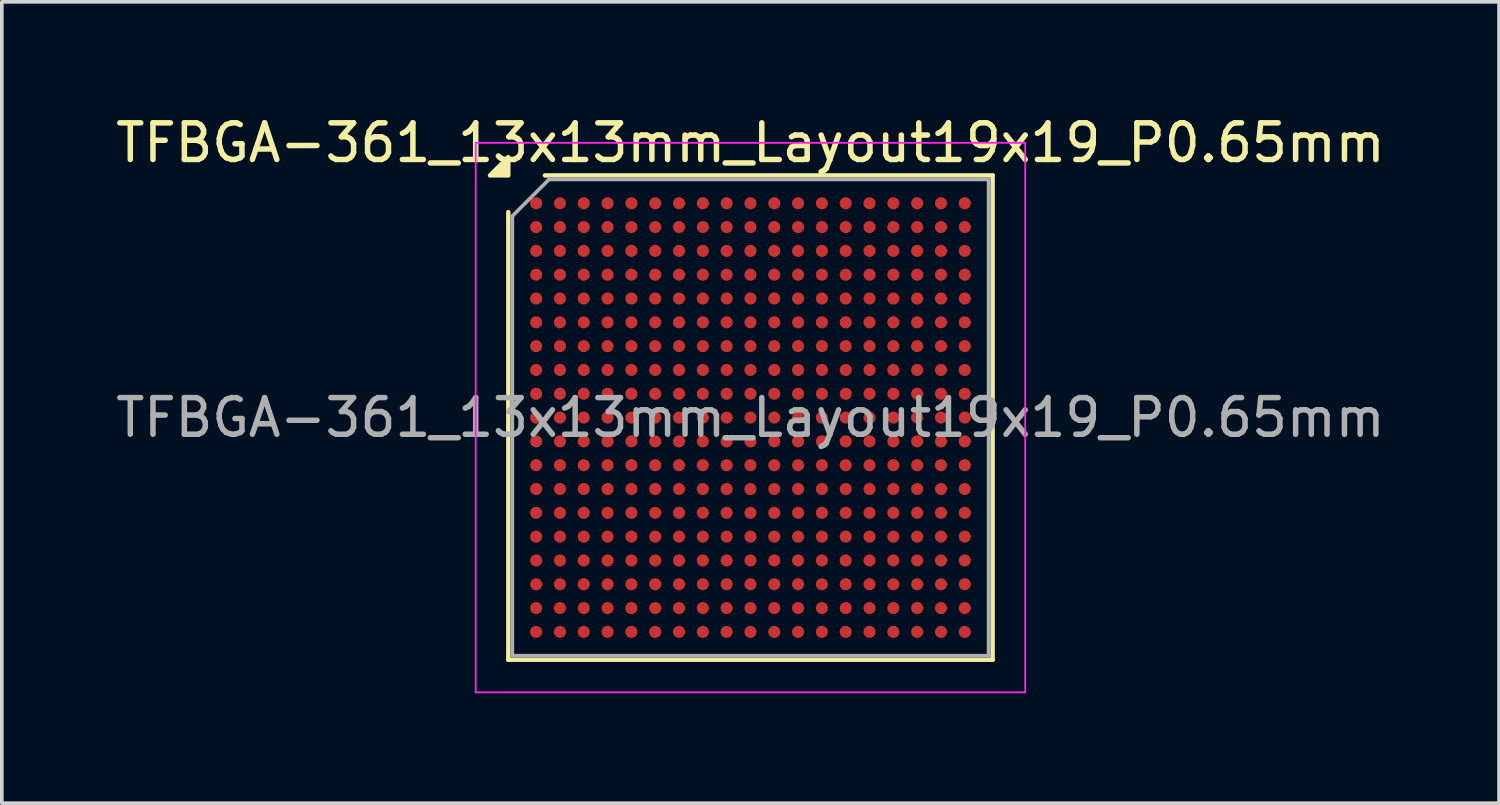
<source format=kicad_pcb>
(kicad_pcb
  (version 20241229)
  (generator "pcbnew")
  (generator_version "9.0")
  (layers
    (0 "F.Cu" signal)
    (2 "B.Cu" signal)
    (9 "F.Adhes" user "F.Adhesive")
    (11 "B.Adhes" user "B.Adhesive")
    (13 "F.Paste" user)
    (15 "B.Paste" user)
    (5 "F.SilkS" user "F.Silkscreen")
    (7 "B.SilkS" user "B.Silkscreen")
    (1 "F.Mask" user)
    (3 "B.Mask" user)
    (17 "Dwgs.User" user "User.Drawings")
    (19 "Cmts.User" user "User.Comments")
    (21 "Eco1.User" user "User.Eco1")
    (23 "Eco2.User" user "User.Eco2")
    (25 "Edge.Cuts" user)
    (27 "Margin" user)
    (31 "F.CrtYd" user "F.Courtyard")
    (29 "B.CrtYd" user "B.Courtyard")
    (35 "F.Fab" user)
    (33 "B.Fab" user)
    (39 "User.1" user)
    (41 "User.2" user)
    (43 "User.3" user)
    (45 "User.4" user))
  (footprint "TFBGA-361_13x13mm_Layout19x19_P0.65mm"
    (layer "F.Cu")
    (at 17.435 8.348)
    (property "Reference" "TFBGA-361_13x13mm_Layout19x19_P0.65mm" (at 0 -7.5 0) (layer "F.SilkS") (effects (font (size 1 1) (thickness 0.15))))
    (attr smd)
    (fp_line (start -6.61 6.61) (end -6.61 -5.61) (stroke (width 0.12) (type solid)) (layer "F.SilkS"))
    (fp_line (start -5.61 -6.61) (end 6.61 -6.61) (stroke (width 0.12) (type solid)) (layer "F.SilkS"))
    (fp_line (start 6.61 -6.61) (end 6.61 6.61) (stroke (width 0.12) (type solid)) (layer "F.SilkS"))
    (fp_line (start 6.61 6.61) (end -6.61 6.61) (stroke (width 0.12) (type solid)) (layer "F.SilkS"))
    (fp_poly (pts (xy -6.61 -6.61) (xy -7.11 -6.61) (xy -6.61 -7.11) (xy -6.61 -6.61)) (stroke (width 0.12) (type solid)) (fill yes) (layer "F.SilkS"))
    (fp_line (start -7.5 -7.5) (end -7.5 7.5) (stroke (width 0.05) (type solid)) (layer "F.CrtYd"))
    (fp_line (start -7.5 7.5) (end 7.5 7.5) (stroke (width 0.05) (type solid)) (layer "F.CrtYd"))
    (fp_line (start 7.5 -7.5) (end -7.5 -7.5) (stroke (width 0.05) (type solid)) (layer "F.CrtYd"))
    (fp_line (start 7.5 7.5) (end 7.5 -7.5) (stroke (width 0.05) (type solid)) (layer "F.CrtYd"))
    (fp_line (start -6.5 -5.5) (end -5.5 -6.5) (stroke (width 0.1) (type solid)) (layer "F.Fab"))
    (fp_line (start -6.5 6.5) (end -6.5 -5.5) (stroke (width 0.1) (type solid)) (layer "F.Fab"))
    (fp_line (start -5.5 -6.5) (end 6.5 -6.5) (stroke (width 0.1) (type solid)) (layer "F.Fab"))
    (fp_line (start 6.5 -6.5) (end 6.5 6.5) (stroke (width 0.1) (type solid)) (layer "F.Fab"))
    (fp_line (start 6.5 6.5) (end -6.5 6.5) (stroke (width 0.1) (type solid)) (layer "F.Fab"))
    (fp_text user "${REFERENCE}" (at 0 0 0) (layer "F.Fab") (effects (font (size 1 1) (thickness 0.15))))
    (pad "A1" smd circle (at -5.85 -5.85) (size 0.33 0.33) (property pad_prop_bga) (layers "F.Cu" "F.Mask" "F.Paste"))
    (pad "A2" smd circle (at -5.2 -5.85) (size 0.33 0.33) (property pad_prop_bga) (layers "F.Cu" "F.Mask" "F.Paste"))
    (pad "A3" smd circle (at -4.55 -5.85) (size 0.33 0.33) (property pad_prop_bga) (layers "F.Cu" "F.Mask" "F.Paste"))
    (pad "A4" smd circle (at -3.9 -5.85) (size 0.33 0.33) (property pad_prop_bga) (layers "F.Cu" "F.Mask" "F.Paste"))
    (pad "A5" smd circle (at -3.25 -5.85) (size 0.33 0.33) (property pad_prop_bga) (layers "F.Cu" "F.Mask" "F.Paste"))
    (pad "A6" smd circle (at -2.6 -5.85) (size 0.33 0.33) (property pad_prop_bga) (layers "F.Cu" "F.Mask" "F.Paste"))
    (pad "A7" smd circle (at -1.95 -5.85) (size 0.33 0.33) (property pad_prop_bga) (layers "F.Cu" "F.Mask" "F.Paste"))
    (pad "A8" smd circle (at -1.3 -5.85) (size 0.33 0.33) (property pad_prop_bga) (layers "F.Cu" "F.Mask" "F.Paste"))
    (pad "A9" smd circle (at -0.65 -5.85) (size 0.33 0.33) (property pad_prop_bga) (layers "F.Cu" "F.Mask" "F.Paste"))
    (pad "A10" smd circle (at 0 -5.85) (size 0.33 0.33) (property pad_prop_bga) (layers "F.Cu" "F.Mask" "F.Paste"))
    (pad "A11" smd circle (at 0.65 -5.85) (size 0.33 0.33) (property pad_prop_bga) (layers "F.Cu" "F.Mask" "F.Paste"))
    (pad "A12" smd circle (at 1.3 -5.85) (size 0.33 0.33) (property pad_prop_bga) (layers "F.Cu" "F.Mask" "F.Paste"))
    (pad "A13" smd circle (at 1.95 -5.85) (size 0.33 0.33) (property pad_prop_bga) (layers "F.Cu" "F.Mask" "F.Paste"))
    (pad "A14" smd circle (at 2.6 -5.85) (size 0.33 0.33) (property pad_prop_bga) (layers "F.Cu" "F.Mask" "F.Paste"))
    (pad "A15" smd circle (at 3.25 -5.85) (size 0.33 0.33) (property pad_prop_bga) (layers "F.Cu" "F.Mask" "F.Paste"))
    (pad "A16" smd circle (at 3.9 -5.85) (size 0.33 0.33) (property pad_prop_bga) (layers "F.Cu" "F.Mask" "F.Paste"))
    (pad "A17" smd circle (at 4.55 -5.85) (size 0.33 0.33) (property pad_prop_bga) (layers "F.Cu" "F.Mask" "F.Paste"))
    (pad "A18" smd circle (at 5.2 -5.85) (size 0.33 0.33) (property pad_prop_bga) (layers "F.Cu" "F.Mask" "F.Paste"))
    (pad "A19" smd circle (at 5.85 -5.85) (size 0.33 0.33) (property pad_prop_bga) (layers "F.Cu" "F.Mask" "F.Paste"))
    (pad "B1" smd circle (at -5.85 -5.2) (size 0.33 0.33) (property pad_prop_bga) (layers "F.Cu" "F.Mask" "F.Paste"))
    (pad "B2" smd circle (at -5.2 -5.2) (size 0.33 0.33) (property pad_prop_bga) (layers "F.Cu" "F.Mask" "F.Paste"))
    (pad "B3" smd circle (at -4.55 -5.2) (size 0.33 0.33) (property pad_prop_bga) (layers "F.Cu" "F.Mask" "F.Paste"))
    (pad "B4" smd circle (at -3.9 -5.2) (size 0.33 0.33) (property pad_prop_bga) (layers "F.Cu" "F.Mask" "F.Paste"))
    (pad "B5" smd circle (at -3.25 -5.2) (size 0.33 0.33) (property pad_prop_bga) (layers "F.Cu" "F.Mask" "F.Paste"))
    (pad "B6" smd circle (at -2.6 -5.2) (size 0.33 0.33) (property pad_prop_bga) (layers "F.Cu" "F.Mask" "F.Paste"))
    (pad "B7" smd circle (at -1.95 -5.2) (size 0.33 0.33) (property pad_prop_bga) (layers "F.Cu" "F.Mask" "F.Paste"))
    (pad "B8" smd circle (at -1.3 -5.2) (size 0.33 0.33) (property pad_prop_bga) (layers "F.Cu" "F.Mask" "F.Paste"))
    (pad "B9" smd circle (at -0.65 -5.2) (size 0.33 0.33) (property pad_prop_bga) (layers "F.Cu" "F.Mask" "F.Paste"))
    (pad "B10" smd circle (at 0 -5.2) (size 0.33 0.33) (property pad_prop_bga) (layers "F.Cu" "F.Mask" "F.Paste"))
    (pad "B11" smd circle (at 0.65 -5.2) (size 0.33 0.33) (property pad_prop_bga) (layers "F.Cu" "F.Mask" "F.Paste"))
    (pad "B12" smd circle (at 1.3 -5.2) (size 0.33 0.33) (property pad_prop_bga) (layers "F.Cu" "F.Mask" "F.Paste"))
    (pad "B13" smd circle (at 1.95 -5.2) (size 0.33 0.33) (property pad_prop_bga) (layers "F.Cu" "F.Mask" "F.Paste"))
    (pad "B14" smd circle (at 2.6 -5.2) (size 0.33 0.33) (property pad_prop_bga) (layers "F.Cu" "F.Mask" "F.Paste"))
    (pad "B15" smd circle (at 3.25 -5.2) (size 0.33 0.33) (property pad_prop_bga) (layers "F.Cu" "F.Mask" "F.Paste"))
    (pad "B16" smd circle (at 3.9 -5.2) (size 0.33 0.33) (property pad_prop_bga) (layers "F.Cu" "F.Mask" "F.Paste"))
    (pad "B17" smd circle (at 4.55 -5.2) (size 0.33 0.33) (property pad_prop_bga) (layers "F.Cu" "F.Mask" "F.Paste"))
    (pad "B18" smd circle (at 5.2 -5.2) (size 0.33 0.33) (property pad_prop_bga) (layers "F.Cu" "F.Mask" "F.Paste"))
    (pad "B19" smd circle (at 5.85 -5.2) (size 0.33 0.33) (property pad_prop_bga) (layers "F.Cu" "F.Mask" "F.Paste"))
    (pad "C1" smd circle (at -5.85 -4.55) (size 0.33 0.33) (property pad_prop_bga) (layers "F.Cu" "F.Mask" "F.Paste"))
    (pad "C2" smd circle (at -5.2 -4.55) (size 0.33 0.33) (property pad_prop_bga) (layers "F.Cu" "F.Mask" "F.Paste"))
    (pad "C3" smd circle (at -4.55 -4.55) (size 0.33 0.33) (property pad_prop_bga) (layers "F.Cu" "F.Mask" "F.Paste"))
    (pad "C4" smd circle (at -3.9 -4.55) (size 0.33 0.33) (property pad_prop_bga) (layers "F.Cu" "F.Mask" "F.Paste"))
    (pad "C5" smd circle (at -3.25 -4.55) (size 0.33 0.33) (property pad_prop_bga) (layers "F.Cu" "F.Mask" "F.Paste"))
    (pad "C6" smd circle (at -2.6 -4.55) (size 0.33 0.33) (property pad_prop_bga) (layers "F.Cu" "F.Mask" "F.Paste"))
    (pad "C7" smd circle (at -1.95 -4.55) (size 0.33 0.33) (property pad_prop_bga) (layers "F.Cu" "F.Mask" "F.Paste"))
    (pad "C8" smd circle (at -1.3 -4.55) (size 0.33 0.33) (property pad_prop_bga) (layers "F.Cu" "F.Mask" "F.Paste"))
    (pad "C9" smd circle (at -0.65 -4.55) (size 0.33 0.33) (property pad_prop_bga) (layers "F.Cu" "F.Mask" "F.Paste"))
    (pad "C10" smd circle (at 0 -4.55) (size 0.33 0.33) (property pad_prop_bga) (layers "F.Cu" "F.Mask" "F.Paste"))
    (pad "C11" smd circle (at 0.65 -4.55) (size 0.33 0.33) (property pad_prop_bga) (layers "F.Cu" "F.Mask" "F.Paste"))
    (pad "C12" smd circle (at 1.3 -4.55) (size 0.33 0.33) (property pad_prop_bga) (layers "F.Cu" "F.Mask" "F.Paste"))
    (pad "C13" smd circle (at 1.95 -4.55) (size 0.33 0.33) (property pad_prop_bga) (layers "F.Cu" "F.Mask" "F.Paste"))
    (pad "C14" smd circle (at 2.6 -4.55) (size 0.33 0.33) (property pad_prop_bga) (layers "F.Cu" "F.Mask" "F.Paste"))
    (pad "C15" smd circle (at 3.25 -4.55) (size 0.33 0.33) (property pad_prop_bga) (layers "F.Cu" "F.Mask" "F.Paste"))
    (pad "C16" smd circle (at 3.9 -4.55) (size 0.33 0.33) (property pad_prop_bga) (layers "F.Cu" "F.Mask" "F.Paste"))
    (pad "C17" smd circle (at 4.55 -4.55) (size 0.33 0.33) (property pad_prop_bga) (layers "F.Cu" "F.Mask" "F.Paste"))
    (pad "C18" smd circle (at 5.2 -4.55) (size 0.33 0.33) (property pad_prop_bga) (layers "F.Cu" "F.Mask" "F.Paste"))
    (pad "C19" smd circle (at 5.85 -4.55) (size 0.33 0.33) (property pad_prop_bga) (layers "F.Cu" "F.Mask" "F.Paste"))
    (pad "D1" smd circle (at -5.85 -3.9) (size 0.33 0.33) (property pad_prop_bga) (layers "F.Cu" "F.Mask" "F.Paste"))
    (pad "D2" smd circle (at -5.2 -3.9) (size 0.33 0.33) (property pad_prop_bga) (layers "F.Cu" "F.Mask" "F.Paste"))
    (pad "D3" smd circle (at -4.55 -3.9) (size 0.33 0.33) (property pad_prop_bga) (layers "F.Cu" "F.Mask" "F.Paste"))
    (pad "D4" smd circle (at -3.9 -3.9) (size 0.33 0.33) (property pad_prop_bga) (layers "F.Cu" "F.Mask" "F.Paste"))
    (pad "D5" smd circle (at -3.25 -3.9) (size 0.33 0.33) (property pad_prop_bga) (layers "F.Cu" "F.Mask" "F.Paste"))
    (pad "D6" smd circle (at -2.6 -3.9) (size 0.33 0.33) (property pad_prop_bga) (layers "F.Cu" "F.Mask" "F.Paste"))
    (pad "D7" smd circle (at -1.95 -3.9) (size 0.33 0.33) (property pad_prop_bga) (layers "F.Cu" "F.Mask" "F.Paste"))
    (pad "D8" smd circle (at -1.3 -3.9) (size 0.33 0.33) (property pad_prop_bga) (layers "F.Cu" "F.Mask" "F.Paste"))
    (pad "D9" smd circle (at -0.65 -3.9) (size 0.33 0.33) (property pad_prop_bga) (layers "F.Cu" "F.Mask" "F.Paste"))
    (pad "D10" smd circle (at 0 -3.9) (size 0.33 0.33) (property pad_prop_bga) (layers "F.Cu" "F.Mask" "F.Paste"))
    (pad "D11" smd circle (at 0.65 -3.9) (size 0.33 0.33) (property pad_prop_bga) (layers "F.Cu" "F.Mask" "F.Paste"))
    (pad "D12" smd circle (at 1.3 -3.9) (size 0.33 0.33) (property pad_prop_bga) (layers "F.Cu" "F.Mask" "F.Paste"))
    (pad "D13" smd circle (at 1.95 -3.9) (size 0.33 0.33) (property pad_prop_bga) (layers "F.Cu" "F.Mask" "F.Paste"))
    (pad "D14" smd circle (at 2.6 -3.9) (size 0.33 0.33) (property pad_prop_bga) (layers "F.Cu" "F.Mask" "F.Paste"))
    (pad "D15" smd circle (at 3.25 -3.9) (size 0.33 0.33) (property pad_prop_bga) (layers "F.Cu" "F.Mask" "F.Paste"))
    (pad "D16" smd circle (at 3.9 -3.9) (size 0.33 0.33) (property pad_prop_bga) (layers "F.Cu" "F.Mask" "F.Paste"))
    (pad "D17" smd circle (at 4.55 -3.9) (size 0.33 0.33) (property pad_prop_bga) (layers "F.Cu" "F.Mask" "F.Paste"))
    (pad "D18" smd circle (at 5.2 -3.9) (size 0.33 0.33) (property pad_prop_bga) (layers "F.Cu" "F.Mask" "F.Paste"))
    (pad "D19" smd circle (at 5.85 -3.9) (size 0.33 0.33) (property pad_prop_bga) (layers "F.Cu" "F.Mask" "F.Paste"))
    (pad "E1" smd circle (at -5.85 -3.25) (size 0.33 0.33) (property pad_prop_bga) (layers "F.Cu" "F.Mask" "F.Paste"))
    (pad "E2" smd circle (at -5.2 -3.25) (size 0.33 0.33) (property pad_prop_bga) (layers "F.Cu" "F.Mask" "F.Paste"))
    (pad "E3" smd circle (at -4.55 -3.25) (size 0.33 0.33) (property pad_prop_bga) (layers "F.Cu" "F.Mask" "F.Paste"))
    (pad "E4" smd circle (at -3.9 -3.25) (size 0.33 0.33) (property pad_prop_bga) (layers "F.Cu" "F.Mask" "F.Paste"))
    (pad "E5" smd circle (at -3.25 -3.25) (size 0.33 0.33) (property pad_prop_bga) (layers "F.Cu" "F.Mask" "F.Paste"))
    (pad "E6" smd circle (at -2.6 -3.25) (size 0.33 0.33) (property pad_prop_bga) (layers "F.Cu" "F.Mask" "F.Paste"))
    (pad "E7" smd circle (at -1.95 -3.25) (size 0.33 0.33) (property pad_prop_bga) (layers "F.Cu" "F.Mask" "F.Paste"))
    (pad "E8" smd circle (at -1.3 -3.25) (size 0.33 0.33) (property pad_prop_bga) (layers "F.Cu" "F.Mask" "F.Paste"))
    (pad "E9" smd circle (at -0.65 -3.25) (size 0.33 0.33) (property pad_prop_bga) (layers "F.Cu" "F.Mask" "F.Paste"))
    (pad "E10" smd circle (at 0 -3.25) (size 0.33 0.33) (property pad_prop_bga) (layers "F.Cu" "F.Mask" "F.Paste"))
    (pad "E11" smd circle (at 0.65 -3.25) (size 0.33 0.33) (property pad_prop_bga) (layers "F.Cu" "F.Mask" "F.Paste"))
    (pad "E12" smd circle (at 1.3 -3.25) (size 0.33 0.33) (property pad_prop_bga) (layers "F.Cu" "F.Mask" "F.Paste"))
    (pad "E13" smd circle (at 1.95 -3.25) (size 0.33 0.33) (property pad_prop_bga) (layers "F.Cu" "F.Mask" "F.Paste"))
    (pad "E14" smd circle (at 2.6 -3.25) (size 0.33 0.33) (property pad_prop_bga) (layers "F.Cu" "F.Mask" "F.Paste"))
    (pad "E15" smd circle (at 3.25 -3.25) (size 0.33 0.33) (property pad_prop_bga) (layers "F.Cu" "F.Mask" "F.Paste"))
    (pad "E16" smd circle (at 3.9 -3.25) (size 0.33 0.33) (property pad_prop_bga) (layers "F.Cu" "F.Mask" "F.Paste"))
    (pad "E17" smd circle (at 4.55 -3.25) (size 0.33 0.33) (property pad_prop_bga) (layers "F.Cu" "F.Mask" "F.Paste"))
    (pad "E18" smd circle (at 5.2 -3.25) (size 0.33 0.33) (property pad_prop_bga) (layers "F.Cu" "F.Mask" "F.Paste"))
    (pad "E19" smd circle (at 5.85 -3.25) (size 0.33 0.33) (property pad_prop_bga) (layers "F.Cu" "F.Mask" "F.Paste"))
    (pad "F1" smd circle (at -5.85 -2.6) (size 0.33 0.33) (property pad_prop_bga) (layers "F.Cu" "F.Mask" "F.Paste"))
    (pad "F2" smd circle (at -5.2 -2.6) (size 0.33 0.33) (property pad_prop_bga) (layers "F.Cu" "F.Mask" "F.Paste"))
    (pad "F3" smd circle (at -4.55 -2.6) (size 0.33 0.33) (property pad_prop_bga) (layers "F.Cu" "F.Mask" "F.Paste"))
    (pad "F4" smd circle (at -3.9 -2.6) (size 0.33 0.33) (property pad_prop_bga) (layers "F.Cu" "F.Mask" "F.Paste"))
    (pad "F5" smd circle (at -3.25 -2.6) (size 0.33 0.33) (property pad_prop_bga) (layers "F.Cu" "F.Mask" "F.Paste"))
    (pad "F6" smd circle (at -2.6 -2.6) (size 0.33 0.33) (property pad_prop_bga) (layers "F.Cu" "F.Mask" "F.Paste"))
    (pad "F7" smd circle (at -1.95 -2.6) (size 0.33 0.33) (property pad_prop_bga) (layers "F.Cu" "F.Mask" "F.Paste"))
    (pad "F8" smd circle (at -1.3 -2.6) (size 0.33 0.33) (property pad_prop_bga) (layers "F.Cu" "F.Mask" "F.Paste"))
    (pad "F9" smd circle (at -0.65 -2.6) (size 0.33 0.33) (property pad_prop_bga) (layers "F.Cu" "F.Mask" "F.Paste"))
    (pad "F10" smd circle (at 0 -2.6) (size 0.33 0.33) (property pad_prop_bga) (layers "F.Cu" "F.Mask" "F.Paste"))
    (pad "F11" smd circle (at 0.65 -2.6) (size 0.33 0.33) (property pad_prop_bga) (layers "F.Cu" "F.Mask" "F.Paste"))
    (pad "F12" smd circle (at 1.3 -2.6) (size 0.33 0.33) (property pad_prop_bga) (layers "F.Cu" "F.Mask" "F.Paste"))
    (pad "F13" smd circle (at 1.95 -2.6) (size 0.33 0.33) (property pad_prop_bga) (layers "F.Cu" "F.Mask" "F.Paste"))
    (pad "F14" smd circle (at 2.6 -2.6) (size 0.33 0.33) (property pad_prop_bga) (layers "F.Cu" "F.Mask" "F.Paste"))
    (pad "F15" smd circle (at 3.25 -2.6) (size 0.33 0.33) (property pad_prop_bga) (layers "F.Cu" "F.Mask" "F.Paste"))
    (pad "F16" smd circle (at 3.9 -2.6) (size 0.33 0.33) (property pad_prop_bga) (layers "F.Cu" "F.Mask" "F.Paste"))
    (pad "F17" smd circle (at 4.55 -2.6) (size 0.33 0.33) (property pad_prop_bga) (layers "F.Cu" "F.Mask" "F.Paste"))
    (pad "F18" smd circle (at 5.2 -2.6) (size 0.33 0.33) (property pad_prop_bga) (layers "F.Cu" "F.Mask" "F.Paste"))
    (pad "F19" smd circle (at 5.85 -2.6) (size 0.33 0.33) (property pad_prop_bga) (layers "F.Cu" "F.Mask" "F.Paste"))
    (pad "G1" smd circle (at -5.85 -1.95) (size 0.33 0.33) (property pad_prop_bga) (layers "F.Cu" "F.Mask" "F.Paste"))
    (pad "G2" smd circle (at -5.2 -1.95) (size 0.33 0.33) (property pad_prop_bga) (layers "F.Cu" "F.Mask" "F.Paste"))
    (pad "G3" smd circle (at -4.55 -1.95) (size 0.33 0.33) (property pad_prop_bga) (layers "F.Cu" "F.Mask" "F.Paste"))
    (pad "G4" smd circle (at -3.9 -1.95) (size 0.33 0.33) (property pad_prop_bga) (layers "F.Cu" "F.Mask" "F.Paste"))
    (pad "G5" smd circle (at -3.25 -1.95) (size 0.33 0.33) (property pad_prop_bga) (layers "F.Cu" "F.Mask" "F.Paste"))
    (pad "G6" smd circle (at -2.6 -1.95) (size 0.33 0.33) (property pad_prop_bga) (layers "F.Cu" "F.Mask" "F.Paste"))
    (pad "G7" smd circle (at -1.95 -1.95) (size 0.33 0.33) (property pad_prop_bga) (layers "F.Cu" "F.Mask" "F.Paste"))
    (pad "G8" smd circle (at -1.3 -1.95) (size 0.33 0.33) (property pad_prop_bga) (layers "F.Cu" "F.Mask" "F.Paste"))
    (pad "G9" smd circle (at -0.65 -1.95) (size 0.33 0.33) (property pad_prop_bga) (layers "F.Cu" "F.Mask" "F.Paste"))
    (pad "G10" smd circle (at 0 -1.95) (size 0.33 0.33) (property pad_prop_bga) (layers "F.Cu" "F.Mask" "F.Paste"))
    (pad "G11" smd circle (at 0.65 -1.95) (size 0.33 0.33) (property pad_prop_bga) (layers "F.Cu" "F.Mask" "F.Paste"))
    (pad "G12" smd circle (at 1.3 -1.95) (size 0.33 0.33) (property pad_prop_bga) (layers "F.Cu" "F.Mask" "F.Paste"))
    (pad "G13" smd circle (at 1.95 -1.95) (size 0.33 0.33) (property pad_prop_bga) (layers "F.Cu" "F.Mask" "F.Paste"))
    (pad "G14" smd circle (at 2.6 -1.95) (size 0.33 0.33) (property pad_prop_bga) (layers "F.Cu" "F.Mask" "F.Paste"))
    (pad "G15" smd circle (at 3.25 -1.95) (size 0.33 0.33) (property pad_prop_bga) (layers "F.Cu" "F.Mask" "F.Paste"))
    (pad "G16" smd circle (at 3.9 -1.95) (size 0.33 0.33) (property pad_prop_bga) (layers "F.Cu" "F.Mask" "F.Paste"))
    (pad "G17" smd circle (at 4.55 -1.95) (size 0.33 0.33) (property pad_prop_bga) (layers "F.Cu" "F.Mask" "F.Paste"))
    (pad "G18" smd circle (at 5.2 -1.95) (size 0.33 0.33) (property pad_prop_bga) (layers "F.Cu" "F.Mask" "F.Paste"))
    (pad "G19" smd circle (at 5.85 -1.95) (size 0.33 0.33) (property pad_prop_bga) (layers "F.Cu" "F.Mask" "F.Paste"))
    (pad "H1" smd circle (at -5.85 -1.3) (size 0.33 0.33) (property pad_prop_bga) (layers "F.Cu" "F.Mask" "F.Paste"))
    (pad "H2" smd circle (at -5.2 -1.3) (size 0.33 0.33) (property pad_prop_bga) (layers "F.Cu" "F.Mask" "F.Paste"))
    (pad "H3" smd circle (at -4.55 -1.3) (size 0.33 0.33) (property pad_prop_bga) (layers "F.Cu" "F.Mask" "F.Paste"))
    (pad "H4" smd circle (at -3.9 -1.3) (size 0.33 0.33) (property pad_prop_bga) (layers "F.Cu" "F.Mask" "F.Paste"))
    (pad "H5" smd circle (at -3.25 -1.3) (size 0.33 0.33) (property pad_prop_bga) (layers "F.Cu" "F.Mask" "F.Paste"))
    (pad "H6" smd circle (at -2.6 -1.3) (size 0.33 0.33) (property pad_prop_bga) (layers "F.Cu" "F.Mask" "F.Paste"))
    (pad "H7" smd circle (at -1.95 -1.3) (size 0.33 0.33) (property pad_prop_bga) (layers "F.Cu" "F.Mask" "F.Paste"))
    (pad "H8" smd circle (at -1.3 -1.3) (size 0.33 0.33) (property pad_prop_bga) (layers "F.Cu" "F.Mask" "F.Paste"))
    (pad "H9" smd circle (at -0.65 -1.3) (size 0.33 0.33) (property pad_prop_bga) (layers "F.Cu" "F.Mask" "F.Paste"))
    (pad "H10" smd circle (at 0 -1.3) (size 0.33 0.33) (property pad_prop_bga) (layers "F.Cu" "F.Mask" "F.Paste"))
    (pad "H11" smd circle (at 0.65 -1.3) (size 0.33 0.33) (property pad_prop_bga) (layers "F.Cu" "F.Mask" "F.Paste"))
    (pad "H12" smd circle (at 1.3 -1.3) (size 0.33 0.33) (property pad_prop_bga) (layers "F.Cu" "F.Mask" "F.Paste"))
    (pad "H13" smd circle (at 1.95 -1.3) (size 0.33 0.33) (property pad_prop_bga) (layers "F.Cu" "F.Mask" "F.Paste"))
    (pad "H14" smd circle (at 2.6 -1.3) (size 0.33 0.33) (property pad_prop_bga) (layers "F.Cu" "F.Mask" "F.Paste"))
    (pad "H15" smd circle (at 3.25 -1.3) (size 0.33 0.33) (property pad_prop_bga) (layers "F.Cu" "F.Mask" "F.Paste"))
    (pad "H16" smd circle (at 3.9 -1.3) (size 0.33 0.33) (property pad_prop_bga) (layers "F.Cu" "F.Mask" "F.Paste"))
    (pad "H17" smd circle (at 4.55 -1.3) (size 0.33 0.33) (property pad_prop_bga) (layers "F.Cu" "F.Mask" "F.Paste"))
    (pad "H18" smd circle (at 5.2 -1.3) (size 0.33 0.33) (property pad_prop_bga) (layers "F.Cu" "F.Mask" "F.Paste"))
    (pad "H19" smd circle (at 5.85 -1.3) (size 0.33 0.33) (property pad_prop_bga) (layers "F.Cu" "F.Mask" "F.Paste"))
    (pad "J1" smd circle (at -5.85 -0.65) (size 0.33 0.33) (property pad_prop_bga) (layers "F.Cu" "F.Mask" "F.Paste"))
    (pad "J2" smd circle (at -5.2 -0.65) (size 0.33 0.33) (property pad_prop_bga) (layers "F.Cu" "F.Mask" "F.Paste"))
    (pad "J3" smd circle (at -4.55 -0.65) (size 0.33 0.33) (property pad_prop_bga) (layers "F.Cu" "F.Mask" "F.Paste"))
    (pad "J4" smd circle (at -3.9 -0.65) (size 0.33 0.33) (property pad_prop_bga) (layers "F.Cu" "F.Mask" "F.Paste"))
    (pad "J5" smd circle (at -3.25 -0.65) (size 0.33 0.33) (property pad_prop_bga) (layers "F.Cu" "F.Mask" "F.Paste"))
    (pad "J6" smd circle (at -2.6 -0.65) (size 0.33 0.33) (property pad_prop_bga) (layers "F.Cu" "F.Mask" "F.Paste"))
    (pad "J7" smd circle (at -1.95 -0.65) (size 0.33 0.33) (property pad_prop_bga) (layers "F.Cu" "F.Mask" "F.Paste"))
    (pad "J8" smd circle (at -1.3 -0.65) (size 0.33 0.33) (property pad_prop_bga) (layers "F.Cu" "F.Mask" "F.Paste"))
    (pad "J9" smd circle (at -0.65 -0.65) (size 0.33 0.33) (property pad_prop_bga) (layers "F.Cu" "F.Mask" "F.Paste"))
    (pad "J10" smd circle (at 0 -0.65) (size 0.33 0.33) (property pad_prop_bga) (layers "F.Cu" "F.Mask" "F.Paste"))
    (pad "J11" smd circle (at 0.65 -0.65) (size 0.33 0.33) (property pad_prop_bga) (layers "F.Cu" "F.Mask" "F.Paste"))
    (pad "J12" smd circle (at 1.3 -0.65) (size 0.33 0.33) (property pad_prop_bga) (layers "F.Cu" "F.Mask" "F.Paste"))
    (pad "J13" smd circle (at 1.95 -0.65) (size 0.33 0.33) (property pad_prop_bga) (layers "F.Cu" "F.Mask" "F.Paste"))
    (pad "J14" smd circle (at 2.6 -0.65) (size 0.33 0.33) (property pad_prop_bga) (layers "F.Cu" "F.Mask" "F.Paste"))
    (pad "J15" smd circle (at 3.25 -0.65) (size 0.33 0.33) (property pad_prop_bga) (layers "F.Cu" "F.Mask" "F.Paste"))
    (pad "J16" smd circle (at 3.9 -0.65) (size 0.33 0.33) (property pad_prop_bga) (layers "F.Cu" "F.Mask" "F.Paste"))
    (pad "J17" smd circle (at 4.55 -0.65) (size 0.33 0.33) (property pad_prop_bga) (layers "F.Cu" "F.Mask" "F.Paste"))
    (pad "J18" smd circle (at 5.2 -0.65) (size 0.33 0.33) (property pad_prop_bga) (layers "F.Cu" "F.Mask" "F.Paste"))
    (pad "J19" smd circle (at 5.85 -0.65) (size 0.33 0.33) (property pad_prop_bga) (layers "F.Cu" "F.Mask" "F.Paste"))
    (pad "K1" smd circle (at -5.85 0) (size 0.33 0.33) (property pad_prop_bga) (layers "F.Cu" "F.Mask" "F.Paste"))
    (pad "K2" smd circle (at -5.2 0) (size 0.33 0.33) (property pad_prop_bga) (layers "F.Cu" "F.Mask" "F.Paste"))
    (pad "K3" smd circle (at -4.55 0) (size 0.33 0.33) (property pad_prop_bga) (layers "F.Cu" "F.Mask" "F.Paste"))
    (pad "K4" smd circle (at -3.9 0) (size 0.33 0.33) (property pad_prop_bga) (layers "F.Cu" "F.Mask" "F.Paste"))
    (pad "K5" smd circle (at -3.25 0) (size 0.33 0.33) (property pad_prop_bga) (layers "F.Cu" "F.Mask" "F.Paste"))
    (pad "K6" smd circle (at -2.6 0) (size 0.33 0.33) (property pad_prop_bga) (layers "F.Cu" "F.Mask" "F.Paste"))
    (pad "K7" smd circle (at -1.95 0) (size 0.33 0.33) (property pad_prop_bga) (layers "F.Cu" "F.Mask" "F.Paste"))
    (pad "K8" smd circle (at -1.3 0) (size 0.33 0.33) (property pad_prop_bga) (layers "F.Cu" "F.Mask" "F.Paste"))
    (pad "K9" smd circle (at -0.65 0) (size 0.33 0.33) (property pad_prop_bga) (layers "F.Cu" "F.Mask" "F.Paste"))
    (pad "K10" smd circle (at 0 0) (size 0.33 0.33) (property pad_prop_bga) (layers "F.Cu" "F.Mask" "F.Paste"))
    (pad "K11" smd circle (at 0.65 0) (size 0.33 0.33) (property pad_prop_bga) (layers "F.Cu" "F.Mask" "F.Paste"))
    (pad "K12" smd circle (at 1.3 0) (size 0.33 0.33) (property pad_prop_bga) (layers "F.Cu" "F.Mask" "F.Paste"))
    (pad "K13" smd circle (at 1.95 0) (size 0.33 0.33) (property pad_prop_bga) (layers "F.Cu" "F.Mask" "F.Paste"))
    (pad "K14" smd circle (at 2.6 0) (size 0.33 0.33) (property pad_prop_bga) (layers "F.Cu" "F.Mask" "F.Paste"))
    (pad "K15" smd circle (at 3.25 0) (size 0.33 0.33) (property pad_prop_bga) (layers "F.Cu" "F.Mask" "F.Paste"))
    (pad "K16" smd circle (at 3.9 0) (size 0.33 0.33) (property pad_prop_bga) (layers "F.Cu" "F.Mask" "F.Paste"))
    (pad "K17" smd circle (at 4.55 0) (size 0.33 0.33) (property pad_prop_bga) (layers "F.Cu" "F.Mask" "F.Paste"))
    (pad "K18" smd circle (at 5.2 0) (size 0.33 0.33) (property pad_prop_bga) (layers "F.Cu" "F.Mask" "F.Paste"))
    (pad "K19" smd circle (at 5.85 0) (size 0.33 0.33) (property pad_prop_bga) (layers "F.Cu" "F.Mask" "F.Paste"))
    (pad "L1" smd circle (at -5.85 0.65) (size 0.33 0.33) (property pad_prop_bga) (layers "F.Cu" "F.Mask" "F.Paste"))
    (pad "L2" smd circle (at -5.2 0.65) (size 0.33 0.33) (property pad_prop_bga) (layers "F.Cu" "F.Mask" "F.Paste"))
    (pad "L3" smd circle (at -4.55 0.65) (size 0.33 0.33) (property pad_prop_bga) (layers "F.Cu" "F.Mask" "F.Paste"))
    (pad "L4" smd circle (at -3.9 0.65) (size 0.33 0.33) (property pad_prop_bga) (layers "F.Cu" "F.Mask" "F.Paste"))
    (pad "L5" smd circle (at -3.25 0.65) (size 0.33 0.33) (property pad_prop_bga) (layers "F.Cu" "F.Mask" "F.Paste"))
    (pad "L6" smd circle (at -2.6 0.65) (size 0.33 0.33) (property pad_prop_bga) (layers "F.Cu" "F.Mask" "F.Paste"))
    (pad "L7" smd circle (at -1.95 0.65) (size 0.33 0.33) (property pad_prop_bga) (layers "F.Cu" "F.Mask" "F.Paste"))
    (pad "L8" smd circle (at -1.3 0.65) (size 0.33 0.33) (property pad_prop_bga) (layers "F.Cu" "F.Mask" "F.Paste"))
    (pad "L9" smd circle (at -0.65 0.65) (size 0.33 0.33) (property pad_prop_bga) (layers "F.Cu" "F.Mask" "F.Paste"))
    (pad "L10" smd circle (at 0 0.65) (size 0.33 0.33) (property pad_prop_bga) (layers "F.Cu" "F.Mask" "F.Paste"))
    (pad "L11" smd circle (at 0.65 0.65) (size 0.33 0.33) (property pad_prop_bga) (layers "F.Cu" "F.Mask" "F.Paste"))
    (pad "L12" smd circle (at 1.3 0.65) (size 0.33 0.33) (property pad_prop_bga) (layers "F.Cu" "F.Mask" "F.Paste"))
    (pad "L13" smd circle (at 1.95 0.65) (size 0.33 0.33) (property pad_prop_bga) (layers "F.Cu" "F.Mask" "F.Paste"))
    (pad "L14" smd circle (at 2.6 0.65) (size 0.33 0.33) (property pad_prop_bga) (layers "F.Cu" "F.Mask" "F.Paste"))
    (pad "L15" smd circle (at 3.25 0.65) (size 0.33 0.33) (property pad_prop_bga) (layers "F.Cu" "F.Mask" "F.Paste"))
    (pad "L16" smd circle (at 3.9 0.65) (size 0.33 0.33) (property pad_prop_bga) (layers "F.Cu" "F.Mask" "F.Paste"))
    (pad "L17" smd circle (at 4.55 0.65) (size 0.33 0.33) (property pad_prop_bga) (layers "F.Cu" "F.Mask" "F.Paste"))
    (pad "L18" smd circle (at 5.2 0.65) (size 0.33 0.33) (property pad_prop_bga) (layers "F.Cu" "F.Mask" "F.Paste"))
    (pad "L19" smd circle (at 5.85 0.65) (size 0.33 0.33) (property pad_prop_bga) (layers "F.Cu" "F.Mask" "F.Paste"))
    (pad "M1" smd circle (at -5.85 1.3) (size 0.33 0.33) (property pad_prop_bga) (layers "F.Cu" "F.Mask" "F.Paste"))
    (pad "M2" smd circle (at -5.2 1.3) (size 0.33 0.33) (property pad_prop_bga) (layers "F.Cu" "F.Mask" "F.Paste"))
    (pad "M3" smd circle (at -4.55 1.3) (size 0.33 0.33) (property pad_prop_bga) (layers "F.Cu" "F.Mask" "F.Paste"))
    (pad "M4" smd circle (at -3.9 1.3) (size 0.33 0.33) (property pad_prop_bga) (layers "F.Cu" "F.Mask" "F.Paste"))
    (pad "M5" smd circle (at -3.25 1.3) (size 0.33 0.33) (property pad_prop_bga) (layers "F.Cu" "F.Mask" "F.Paste"))
    (pad "M6" smd circle (at -2.6 1.3) (size 0.33 0.33) (property pad_prop_bga) (layers "F.Cu" "F.Mask" "F.Paste"))
    (pad "M7" smd circle (at -1.95 1.3) (size 0.33 0.33) (property pad_prop_bga) (layers "F.Cu" "F.Mask" "F.Paste"))
    (pad "M8" smd circle (at -1.3 1.3) (size 0.33 0.33) (property pad_prop_bga) (layers "F.Cu" "F.Mask" "F.Paste"))
    (pad "M9" smd circle (at -0.65 1.3) (size 0.33 0.33) (property pad_prop_bga) (layers "F.Cu" "F.Mask" "F.Paste"))
    (pad "M10" smd circle (at 0 1.3) (size 0.33 0.33) (property pad_prop_bga) (layers "F.Cu" "F.Mask" "F.Paste"))
    (pad "M11" smd circle (at 0.65 1.3) (size 0.33 0.33) (property pad_prop_bga) (layers "F.Cu" "F.Mask" "F.Paste"))
    (pad "M12" smd circle (at 1.3 1.3) (size 0.33 0.33) (property pad_prop_bga) (layers "F.Cu" "F.Mask" "F.Paste"))
    (pad "M13" smd circle (at 1.95 1.3) (size 0.33 0.33) (property pad_prop_bga) (layers "F.Cu" "F.Mask" "F.Paste"))
    (pad "M14" smd circle (at 2.6 1.3) (size 0.33 0.33) (property pad_prop_bga) (layers "F.Cu" "F.Mask" "F.Paste"))
    (pad "M15" smd circle (at 3.25 1.3) (size 0.33 0.33) (property pad_prop_bga) (layers "F.Cu" "F.Mask" "F.Paste"))
    (pad "M16" smd circle (at 3.9 1.3) (size 0.33 0.33) (property pad_prop_bga) (layers "F.Cu" "F.Mask" "F.Paste"))
    (pad "M17" smd circle (at 4.55 1.3) (size 0.33 0.33) (property pad_prop_bga) (layers "F.Cu" "F.Mask" "F.Paste"))
    (pad "M18" smd circle (at 5.2 1.3) (size 0.33 0.33) (property pad_prop_bga) (layers "F.Cu" "F.Mask" "F.Paste"))
    (pad "M19" smd circle (at 5.85 1.3) (size 0.33 0.33) (property pad_prop_bga) (layers "F.Cu" "F.Mask" "F.Paste"))
    (pad "N1" smd circle (at -5.85 1.95) (size 0.33 0.33) (property pad_prop_bga) (layers "F.Cu" "F.Mask" "F.Paste"))
    (pad "N2" smd circle (at -5.2 1.95) (size 0.33 0.33) (property pad_prop_bga) (layers "F.Cu" "F.Mask" "F.Paste"))
    (pad "N3" smd circle (at -4.55 1.95) (size 0.33 0.33) (property pad_prop_bga) (layers "F.Cu" "F.Mask" "F.Paste"))
    (pad "N4" smd circle (at -3.9 1.95) (size 0.33 0.33) (property pad_prop_bga) (layers "F.Cu" "F.Mask" "F.Paste"))
    (pad "N5" smd circle (at -3.25 1.95) (size 0.33 0.33) (property pad_prop_bga) (layers "F.Cu" "F.Mask" "F.Paste"))
    (pad "N6" smd circle (at -2.6 1.95) (size 0.33 0.33) (property pad_prop_bga) (layers "F.Cu" "F.Mask" "F.Paste"))
    (pad "N7" smd circle (at -1.95 1.95) (size 0.33 0.33) (property pad_prop_bga) (layers "F.Cu" "F.Mask" "F.Paste"))
    (pad "N8" smd circle (at -1.3 1.95) (size 0.33 0.33) (property pad_prop_bga) (layers "F.Cu" "F.Mask" "F.Paste"))
    (pad "N9" smd circle (at -0.65 1.95) (size 0.33 0.33) (property pad_prop_bga) (layers "F.Cu" "F.Mask" "F.Paste"))
    (pad "N10" smd circle (at 0 1.95) (size 0.33 0.33) (property pad_prop_bga) (layers "F.Cu" "F.Mask" "F.Paste"))
    (pad "N11" smd circle (at 0.65 1.95) (size 0.33 0.33) (property pad_prop_bga) (layers "F.Cu" "F.Mask" "F.Paste"))
    (pad "N12" smd circle (at 1.3 1.95) (size 0.33 0.33) (property pad_prop_bga) (layers "F.Cu" "F.Mask" "F.Paste"))
    (pad "N13" smd circle (at 1.95 1.95) (size 0.33 0.33) (property pad_prop_bga) (layers "F.Cu" "F.Mask" "F.Paste"))
    (pad "N14" smd circle (at 2.6 1.95) (size 0.33 0.33) (property pad_prop_bga) (layers "F.Cu" "F.Mask" "F.Paste"))
    (pad "N15" smd circle (at 3.25 1.95) (size 0.33 0.33) (property pad_prop_bga) (layers "F.Cu" "F.Mask" "F.Paste"))
    (pad "N16" smd circle (at 3.9 1.95) (size 0.33 0.33) (property pad_prop_bga) (layers "F.Cu" "F.Mask" "F.Paste"))
    (pad "N17" smd circle (at 4.55 1.95) (size 0.33 0.33) (property pad_prop_bga) (layers "F.Cu" "F.Mask" "F.Paste"))
    (pad "N18" smd circle (at 5.2 1.95) (size 0.33 0.33) (property pad_prop_bga) (layers "F.Cu" "F.Mask" "F.Paste"))
    (pad "N19" smd circle (at 5.85 1.95) (size 0.33 0.33) (property pad_prop_bga) (layers "F.Cu" "F.Mask" "F.Paste"))
    (pad "P1" smd circle (at -5.85 2.6) (size 0.33 0.33) (property pad_prop_bga) (layers "F.Cu" "F.Mask" "F.Paste"))
    (pad "P2" smd circle (at -5.2 2.6) (size 0.33 0.33) (property pad_prop_bga) (layers "F.Cu" "F.Mask" "F.Paste"))
    (pad "P3" smd circle (at -4.55 2.6) (size 0.33 0.33) (property pad_prop_bga) (layers "F.Cu" "F.Mask" "F.Paste"))
    (pad "P4" smd circle (at -3.9 2.6) (size 0.33 0.33) (property pad_prop_bga) (layers "F.Cu" "F.Mask" "F.Paste"))
    (pad "P5" smd circle (at -3.25 2.6) (size 0.33 0.33) (property pad_prop_bga) (layers "F.Cu" "F.Mask" "F.Paste"))
    (pad "P6" smd circle (at -2.6 2.6) (size 0.33 0.33) (property pad_prop_bga) (layers "F.Cu" "F.Mask" "F.Paste"))
    (pad "P7" smd circle (at -1.95 2.6) (size 0.33 0.33) (property pad_prop_bga) (layers "F.Cu" "F.Mask" "F.Paste"))
    (pad "P8" smd circle (at -1.3 2.6) (size 0.33 0.33) (property pad_prop_bga) (layers "F.Cu" "F.Mask" "F.Paste"))
    (pad "P9" smd circle (at -0.65 2.6) (size 0.33 0.33) (property pad_prop_bga) (layers "F.Cu" "F.Mask" "F.Paste"))
    (pad "P10" smd circle (at 0 2.6) (size 0.33 0.33) (property pad_prop_bga) (layers "F.Cu" "F.Mask" "F.Paste"))
    (pad "P11" smd circle (at 0.65 2.6) (size 0.33 0.33) (property pad_prop_bga) (layers "F.Cu" "F.Mask" "F.Paste"))
    (pad "P12" smd circle (at 1.3 2.6) (size 0.33 0.33) (property pad_prop_bga) (layers "F.Cu" "F.Mask" "F.Paste"))
    (pad "P13" smd circle (at 1.95 2.6) (size 0.33 0.33) (property pad_prop_bga) (layers "F.Cu" "F.Mask" "F.Paste"))
    (pad "P14" smd circle (at 2.6 2.6) (size 0.33 0.33) (property pad_prop_bga) (layers "F.Cu" "F.Mask" "F.Paste"))
    (pad "P15" smd circle (at 3.25 2.6) (size 0.33 0.33) (property pad_prop_bga) (layers "F.Cu" "F.Mask" "F.Paste"))
    (pad "P16" smd circle (at 3.9 2.6) (size 0.33 0.33) (property pad_prop_bga) (layers "F.Cu" "F.Mask" "F.Paste"))
    (pad "P17" smd circle (at 4.55 2.6) (size 0.33 0.33) (property pad_prop_bga) (layers "F.Cu" "F.Mask" "F.Paste"))
    (pad "P18" smd circle (at 5.2 2.6) (size 0.33 0.33) (property pad_prop_bga) (layers "F.Cu" "F.Mask" "F.Paste"))
    (pad "P19" smd circle (at 5.85 2.6) (size 0.33 0.33) (property pad_prop_bga) (layers "F.Cu" "F.Mask" "F.Paste"))
    (pad "R1" smd circle (at -5.85 3.25) (size 0.33 0.33) (property pad_prop_bga) (layers "F.Cu" "F.Mask" "F.Paste"))
    (pad "R2" smd circle (at -5.2 3.25) (size 0.33 0.33) (property pad_prop_bga) (layers "F.Cu" "F.Mask" "F.Paste"))
    (pad "R3" smd circle (at -4.55 3.25) (size 0.33 0.33) (property pad_prop_bga) (layers "F.Cu" "F.Mask" "F.Paste"))
    (pad "R4" smd circle (at -3.9 3.25) (size 0.33 0.33) (property pad_prop_bga) (layers "F.Cu" "F.Mask" "F.Paste"))
    (pad "R5" smd circle (at -3.25 3.25) (size 0.33 0.33) (property pad_prop_bga) (layers "F.Cu" "F.Mask" "F.Paste"))
    (pad "R6" smd circle (at -2.6 3.25) (size 0.33 0.33) (property pad_prop_bga) (layers "F.Cu" "F.Mask" "F.Paste"))
    (pad "R7" smd circle (at -1.95 3.25) (size 0.33 0.33) (property pad_prop_bga) (layers "F.Cu" "F.Mask" "F.Paste"))
    (pad "R8" smd circle (at -1.3 3.25) (size 0.33 0.33) (property pad_prop_bga) (layers "F.Cu" "F.Mask" "F.Paste"))
    (pad "R9" smd circle (at -0.65 3.25) (size 0.33 0.33) (property pad_prop_bga) (layers "F.Cu" "F.Mask" "F.Paste"))
    (pad "R10" smd circle (at 0 3.25) (size 0.33 0.33) (property pad_prop_bga) (layers "F.Cu" "F.Mask" "F.Paste"))
    (pad "R11" smd circle (at 0.65 3.25) (size 0.33 0.33) (property pad_prop_bga) (layers "F.Cu" "F.Mask" "F.Paste"))
    (pad "R12" smd circle (at 1.3 3.25) (size 0.33 0.33) (property pad_prop_bga) (layers "F.Cu" "F.Mask" "F.Paste"))
    (pad "R13" smd circle (at 1.95 3.25) (size 0.33 0.33) (property pad_prop_bga) (layers "F.Cu" "F.Mask" "F.Paste"))
    (pad "R14" smd circle (at 2.6 3.25) (size 0.33 0.33) (property pad_prop_bga) (layers "F.Cu" "F.Mask" "F.Paste"))
    (pad "R15" smd circle (at 3.25 3.25) (size 0.33 0.33) (property pad_prop_bga) (layers "F.Cu" "F.Mask" "F.Paste"))
    (pad "R16" smd circle (at 3.9 3.25) (size 0.33 0.33) (property pad_prop_bga) (layers "F.Cu" "F.Mask" "F.Paste"))
    (pad "R17" smd circle (at 4.55 3.25) (size 0.33 0.33) (property pad_prop_bga) (layers "F.Cu" "F.Mask" "F.Paste"))
    (pad "R18" smd circle (at 5.2 3.25) (size 0.33 0.33) (property pad_prop_bga) (layers "F.Cu" "F.Mask" "F.Paste"))
    (pad "R19" smd circle (at 5.85 3.25) (size 0.33 0.33) (property pad_prop_bga) (layers "F.Cu" "F.Mask" "F.Paste"))
    (pad "T1" smd circle (at -5.85 3.9) (size 0.33 0.33) (property pad_prop_bga) (layers "F.Cu" "F.Mask" "F.Paste"))
    (pad "T2" smd circle (at -5.2 3.9) (size 0.33 0.33) (property pad_prop_bga) (layers "F.Cu" "F.Mask" "F.Paste"))
    (pad "T3" smd circle (at -4.55 3.9) (size 0.33 0.33) (property pad_prop_bga) (layers "F.Cu" "F.Mask" "F.Paste"))
    (pad "T4" smd circle (at -3.9 3.9) (size 0.33 0.33) (property pad_prop_bga) (layers "F.Cu" "F.Mask" "F.Paste"))
    (pad "T5" smd circle (at -3.25 3.9) (size 0.33 0.33) (property pad_prop_bga) (layers "F.Cu" "F.Mask" "F.Paste"))
    (pad "T6" smd circle (at -2.6 3.9) (size 0.33 0.33) (property pad_prop_bga) (layers "F.Cu" "F.Mask" "F.Paste"))
    (pad "T7" smd circle (at -1.95 3.9) (size 0.33 0.33) (property pad_prop_bga) (layers "F.Cu" "F.Mask" "F.Paste"))
    (pad "T8" smd circle (at -1.3 3.9) (size 0.33 0.33) (property pad_prop_bga) (layers "F.Cu" "F.Mask" "F.Paste"))
    (pad "T9" smd circle (at -0.65 3.9) (size 0.33 0.33) (property pad_prop_bga) (layers "F.Cu" "F.Mask" "F.Paste"))
    (pad "T10" smd circle (at 0 3.9) (size 0.33 0.33) (property pad_prop_bga) (layers "F.Cu" "F.Mask" "F.Paste"))
    (pad "T11" smd circle (at 0.65 3.9) (size 0.33 0.33) (property pad_prop_bga) (layers "F.Cu" "F.Mask" "F.Paste"))
    (pad "T12" smd circle (at 1.3 3.9) (size 0.33 0.33) (property pad_prop_bga) (layers "F.Cu" "F.Mask" "F.Paste"))
    (pad "T13" smd circle (at 1.95 3.9) (size 0.33 0.33) (property pad_prop_bga) (layers "F.Cu" "F.Mask" "F.Paste"))
    (pad "T14" smd circle (at 2.6 3.9) (size 0.33 0.33) (property pad_prop_bga) (layers "F.Cu" "F.Mask" "F.Paste"))
    (pad "T15" smd circle (at 3.25 3.9) (size 0.33 0.33) (property pad_prop_bga) (layers "F.Cu" "F.Mask" "F.Paste"))
    (pad "T16" smd circle (at 3.9 3.9) (size 0.33 0.33) (property pad_prop_bga) (layers "F.Cu" "F.Mask" "F.Paste"))
    (pad "T17" smd circle (at 4.55 3.9) (size 0.33 0.33) (property pad_prop_bga) (layers "F.Cu" "F.Mask" "F.Paste"))
    (pad "T18" smd circle (at 5.2 3.9) (size 0.33 0.33) (property pad_prop_bga) (layers "F.Cu" "F.Mask" "F.Paste"))
    (pad "T19" smd circle (at 5.85 3.9) (size 0.33 0.33) (property pad_prop_bga) (layers "F.Cu" "F.Mask" "F.Paste"))
    (pad "U1" smd circle (at -5.85 4.55) (size 0.33 0.33) (property pad_prop_bga) (layers "F.Cu" "F.Mask" "F.Paste"))
    (pad "U2" smd circle (at -5.2 4.55) (size 0.33 0.33) (property pad_prop_bga) (layers "F.Cu" "F.Mask" "F.Paste"))
    (pad "U3" smd circle (at -4.55 4.55) (size 0.33 0.33) (property pad_prop_bga) (layers "F.Cu" "F.Mask" "F.Paste"))
    (pad "U4" smd circle (at -3.9 4.55) (size 0.33 0.33) (property pad_prop_bga) (layers "F.Cu" "F.Mask" "F.Paste"))
    (pad "U5" smd circle (at -3.25 4.55) (size 0.33 0.33) (property pad_prop_bga) (layers "F.Cu" "F.Mask" "F.Paste"))
    (pad "U6" smd circle (at -2.6 4.55) (size 0.33 0.33) (property pad_prop_bga) (layers "F.Cu" "F.Mask" "F.Paste"))
    (pad "U7" smd circle (at -1.95 4.55) (size 0.33 0.33) (property pad_prop_bga) (layers "F.Cu" "F.Mask" "F.Paste"))
    (pad "U8" smd circle (at -1.3 4.55) (size 0.33 0.33) (property pad_prop_bga) (layers "F.Cu" "F.Mask" "F.Paste"))
    (pad "U9" smd circle (at -0.65 4.55) (size 0.33 0.33) (property pad_prop_bga) (layers "F.Cu" "F.Mask" "F.Paste"))
    (pad "U10" smd circle (at 0 4.55) (size 0.33 0.33) (property pad_prop_bga) (layers "F.Cu" "F.Mask" "F.Paste"))
    (pad "U11" smd circle (at 0.65 4.55) (size 0.33 0.33) (property pad_prop_bga) (layers "F.Cu" "F.Mask" "F.Paste"))
    (pad "U12" smd circle (at 1.3 4.55) (size 0.33 0.33) (property pad_prop_bga) (layers "F.Cu" "F.Mask" "F.Paste"))
    (pad "U13" smd circle (at 1.95 4.55) (size 0.33 0.33) (property pad_prop_bga) (layers "F.Cu" "F.Mask" "F.Paste"))
    (pad "U14" smd circle (at 2.6 4.55) (size 0.33 0.33) (property pad_prop_bga) (layers "F.Cu" "F.Mask" "F.Paste"))
    (pad "U15" smd circle (at 3.25 4.55) (size 0.33 0.33) (property pad_prop_bga) (layers "F.Cu" "F.Mask" "F.Paste"))
    (pad "U16" smd circle (at 3.9 4.55) (size 0.33 0.33) (property pad_prop_bga) (layers "F.Cu" "F.Mask" "F.Paste"))
    (pad "U17" smd circle (at 4.55 4.55) (size 0.33 0.33) (property pad_prop_bga) (layers "F.Cu" "F.Mask" "F.Paste"))
    (pad "U18" smd circle (at 5.2 4.55) (size 0.33 0.33) (property pad_prop_bga) (layers "F.Cu" "F.Mask" "F.Paste"))
    (pad "U19" smd circle (at 5.85 4.55) (size 0.33 0.33) (property pad_prop_bga) (layers "F.Cu" "F.Mask" "F.Paste"))
    (pad "V1" smd circle (at -5.85 5.2) (size 0.33 0.33) (property pad_prop_bga) (layers "F.Cu" "F.Mask" "F.Paste"))
    (pad "V2" smd circle (at -5.2 5.2) (size 0.33 0.33) (property pad_prop_bga) (layers "F.Cu" "F.Mask" "F.Paste"))
    (pad "V3" smd circle (at -4.55 5.2) (size 0.33 0.33) (property pad_prop_bga) (layers "F.Cu" "F.Mask" "F.Paste"))
    (pad "V4" smd circle (at -3.9 5.2) (size 0.33 0.33) (property pad_prop_bga) (layers "F.Cu" "F.Mask" "F.Paste"))
    (pad "V5" smd circle (at -3.25 5.2) (size 0.33 0.33) (property pad_prop_bga) (layers "F.Cu" "F.Mask" "F.Paste"))
    (pad "V6" smd circle (at -2.6 5.2) (size 0.33 0.33) (property pad_prop_bga) (layers "F.Cu" "F.Mask" "F.Paste"))
    (pad "V7" smd circle (at -1.95 5.2) (size 0.33 0.33) (property pad_prop_bga) (layers "F.Cu" "F.Mask" "F.Paste"))
    (pad "V8" smd circle (at -1.3 5.2) (size 0.33 0.33) (property pad_prop_bga) (layers "F.Cu" "F.Mask" "F.Paste"))
    (pad "V9" smd circle (at -0.65 5.2) (size 0.33 0.33) (property pad_prop_bga) (layers "F.Cu" "F.Mask" "F.Paste"))
    (pad "V10" smd circle (at 0 5.2) (size 0.33 0.33) (property pad_prop_bga) (layers "F.Cu" "F.Mask" "F.Paste"))
    (pad "V11" smd circle (at 0.65 5.2) (size 0.33 0.33) (property pad_prop_bga) (layers "F.Cu" "F.Mask" "F.Paste"))
    (pad "V12" smd circle (at 1.3 5.2) (size 0.33 0.33) (property pad_prop_bga) (layers "F.Cu" "F.Mask" "F.Paste"))
    (pad "V13" smd circle (at 1.95 5.2) (size 0.33 0.33) (property pad_prop_bga) (layers "F.Cu" "F.Mask" "F.Paste"))
    (pad "V14" smd circle (at 2.6 5.2) (size 0.33 0.33) (property pad_prop_bga) (layers "F.Cu" "F.Mask" "F.Paste"))
    (pad "V15" smd circle (at 3.25 5.2) (size 0.33 0.33) (property pad_prop_bga) (layers "F.Cu" "F.Mask" "F.Paste"))
    (pad "V16" smd circle (at 3.9 5.2) (size 0.33 0.33) (property pad_prop_bga) (layers "F.Cu" "F.Mask" "F.Paste"))
    (pad "V17" smd circle (at 4.55 5.2) (size 0.33 0.33) (property pad_prop_bga) (layers "F.Cu" "F.Mask" "F.Paste"))
    (pad "V18" smd circle (at 5.2 5.2) (size 0.33 0.33) (property pad_prop_bga) (layers "F.Cu" "F.Mask" "F.Paste"))
    (pad "V19" smd circle (at 5.85 5.2) (size 0.33 0.33) (property pad_prop_bga) (layers "F.Cu" "F.Mask" "F.Paste"))
    (pad "W1" smd circle (at -5.85 5.85) (size 0.33 0.33) (property pad_prop_bga) (layers "F.Cu" "F.Mask" "F.Paste"))
    (pad "W2" smd circle (at -5.2 5.85) (size 0.33 0.33) (property pad_prop_bga) (layers "F.Cu" "F.Mask" "F.Paste"))
    (pad "W3" smd circle (at -4.55 5.85) (size 0.33 0.33) (property pad_prop_bga) (layers "F.Cu" "F.Mask" "F.Paste"))
    (pad "W4" smd circle (at -3.9 5.85) (size 0.33 0.33) (property pad_prop_bga) (layers "F.Cu" "F.Mask" "F.Paste"))
    (pad "W5" smd circle (at -3.25 5.85) (size 0.33 0.33) (property pad_prop_bga) (layers "F.Cu" "F.Mask" "F.Paste"))
    (pad "W6" smd circle (at -2.6 5.85) (size 0.33 0.33) (property pad_prop_bga) (layers "F.Cu" "F.Mask" "F.Paste"))
    (pad "W7" smd circle (at -1.95 5.85) (size 0.33 0.33) (property pad_prop_bga) (layers "F.Cu" "F.Mask" "F.Paste"))
    (pad "W8" smd circle (at -1.3 5.85) (size 0.33 0.33) (property pad_prop_bga) (layers "F.Cu" "F.Mask" "F.Paste"))
    (pad "W9" smd circle (at -0.65 5.85) (size 0.33 0.33) (property pad_prop_bga) (layers "F.Cu" "F.Mask" "F.Paste"))
    (pad "W10" smd circle (at 0 5.85) (size 0.33 0.33) (property pad_prop_bga) (layers "F.Cu" "F.Mask" "F.Paste"))
    (pad "W11" smd circle (at 0.65 5.85) (size 0.33 0.33) (property pad_prop_bga) (layers "F.Cu" "F.Mask" "F.Paste"))
    (pad "W12" smd circle (at 1.3 5.85) (size 0.33 0.33) (property pad_prop_bga) (layers "F.Cu" "F.Mask" "F.Paste"))
    (pad "W13" smd circle (at 1.95 5.85) (size 0.33 0.33) (property pad_prop_bga) (layers "F.Cu" "F.Mask" "F.Paste"))
    (pad "W14" smd circle (at 2.6 5.85) (size 0.33 0.33) (property pad_prop_bga) (layers "F.Cu" "F.Mask" "F.Paste"))
    (pad "W15" smd circle (at 3.25 5.85) (size 0.33 0.33) (property pad_prop_bga) (layers "F.Cu" "F.Mask" "F.Paste"))
    (pad "W16" smd circle (at 3.9 5.85) (size 0.33 0.33) (property pad_prop_bga) (layers "F.Cu" "F.Mask" "F.Paste"))
    (pad "W17" smd circle (at 4.55 5.85) (size 0.33 0.33) (property pad_prop_bga) (layers "F.Cu" "F.Mask" "F.Paste"))
    (pad "W18" smd circle (at 5.2 5.85) (size 0.33 0.33) (property pad_prop_bga) (layers "F.Cu" "F.Mask" "F.Paste"))
    (pad "W19" smd circle (at 5.85 5.85) (size 0.33 0.33) (property pad_prop_bga) (layers "F.Cu" "F.Mask" "F.Paste")))
  (gr_rect
    (start -3 -3)
    (end 37.869 18.873)
    (stroke (width 0.1) (type default))
    (fill no)
    (layer "Edge.Cuts")))
</source>
